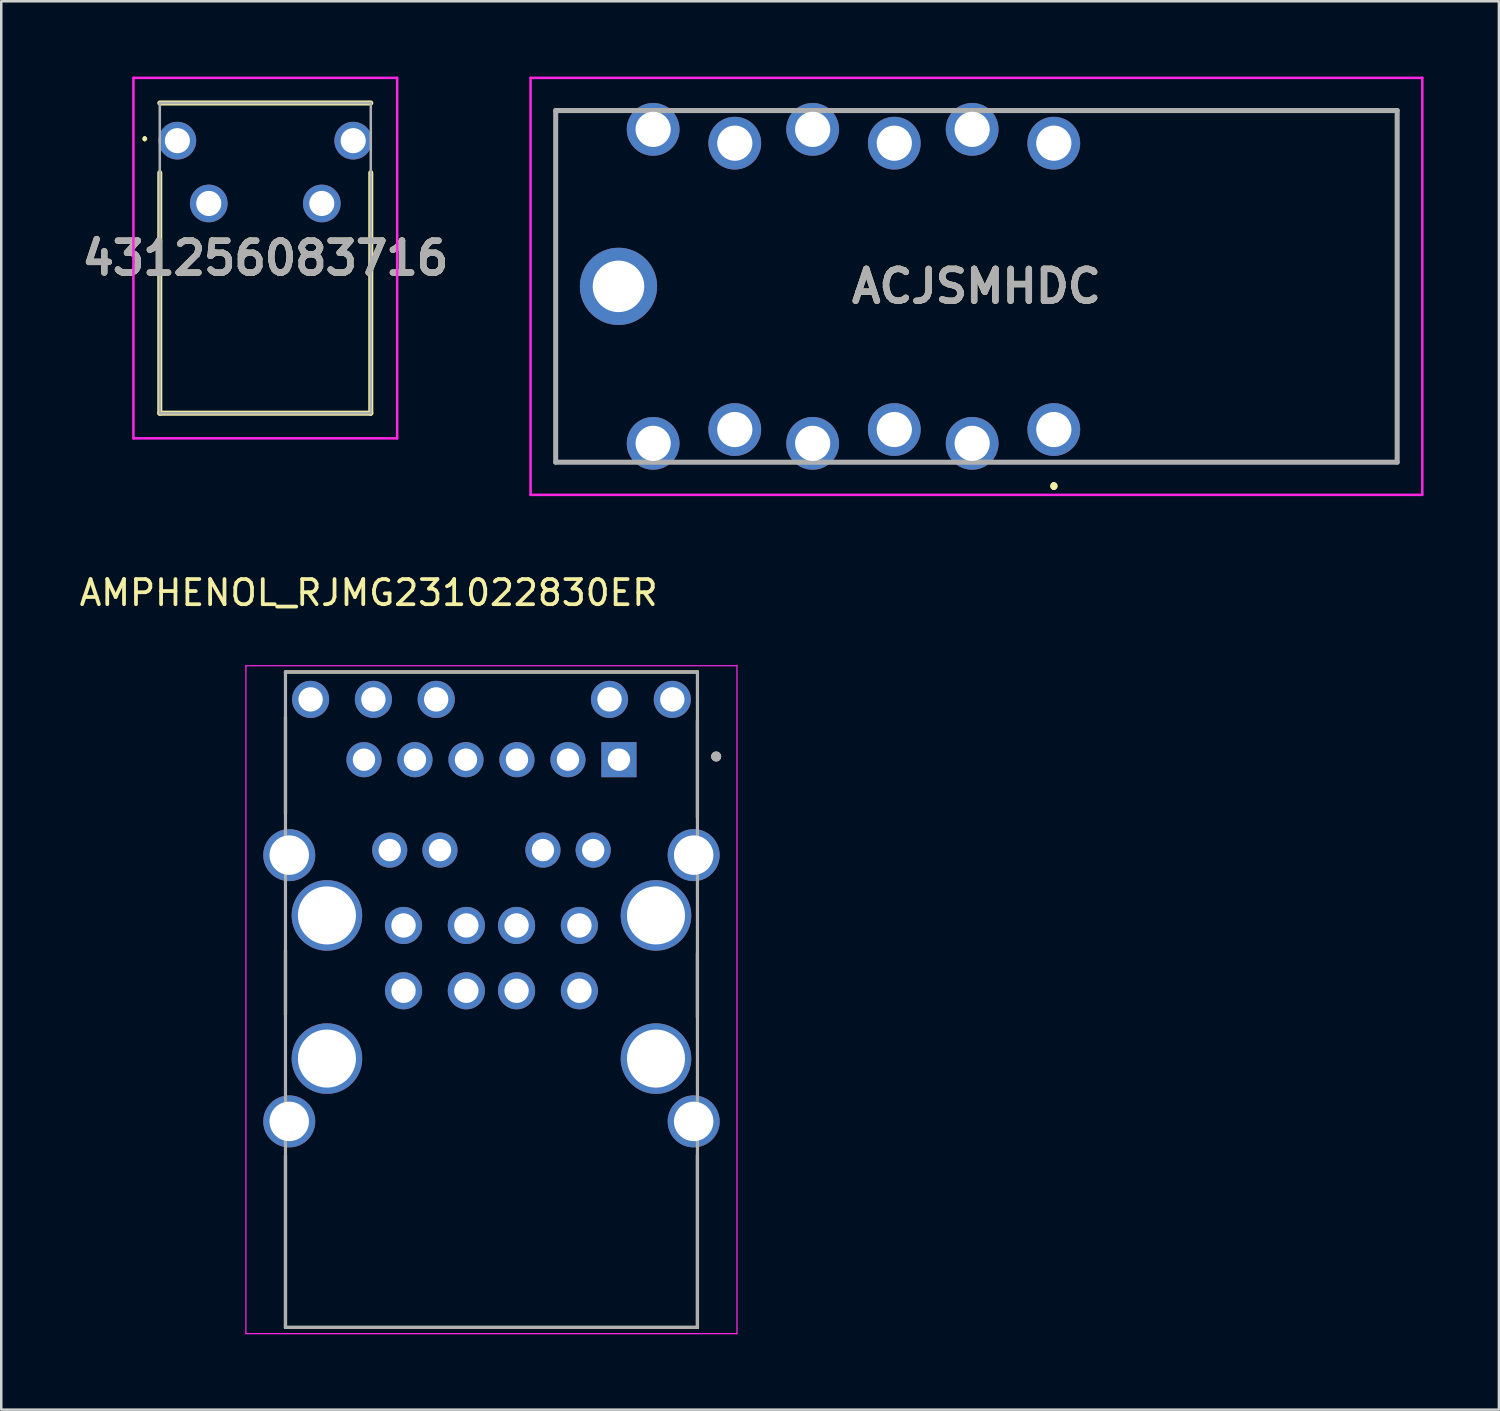
<source format=kicad_pcb>
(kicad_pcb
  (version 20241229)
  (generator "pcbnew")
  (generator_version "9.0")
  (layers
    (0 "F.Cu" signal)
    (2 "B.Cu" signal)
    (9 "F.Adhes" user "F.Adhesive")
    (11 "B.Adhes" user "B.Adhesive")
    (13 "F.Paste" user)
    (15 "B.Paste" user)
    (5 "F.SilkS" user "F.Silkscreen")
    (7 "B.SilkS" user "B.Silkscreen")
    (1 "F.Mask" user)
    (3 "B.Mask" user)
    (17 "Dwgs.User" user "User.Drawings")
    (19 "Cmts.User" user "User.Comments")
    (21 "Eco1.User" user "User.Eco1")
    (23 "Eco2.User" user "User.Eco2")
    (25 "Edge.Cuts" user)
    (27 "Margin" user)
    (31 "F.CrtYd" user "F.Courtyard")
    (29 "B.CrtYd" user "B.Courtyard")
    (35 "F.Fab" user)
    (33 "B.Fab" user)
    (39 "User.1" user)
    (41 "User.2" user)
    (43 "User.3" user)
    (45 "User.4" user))
  (footprint "AMPHENOL_RJMG231022830ER"
    (layer "F.Cu")
    (at 16.515 41.593)
    (property "Reference" "AMPHENOL_RJMG231022830ER" (at -4.89 -21.045 0) (layer "F.SilkS") (effects (font (size 1 1) (thickness 0.15))))
    (attr through_hole)
    (fp_line (start -8.2 -17.89) (end 8.2 -17.89) (stroke (width 0.127) (type solid)) (layer "F.SilkS"))
    (fp_line (start -8.2 -17.859) (end -8.2 -17.89) (stroke (width 0.127) (type solid)) (layer "F.SilkS"))
    (fp_line (start -8.2 -12.25) (end -8.2 -16.1) (stroke (width 0.127) (type solid)) (layer "F.SilkS"))
    (fp_line (start -8.2 -4.25) (end -8.2 -6.8) (stroke (width 0.127) (type solid)) (layer "F.SilkS"))
    (fp_line (start -8.2 8.2) (end -8.2 1.355) (stroke (width 0.127) (type solid)) (layer "F.SilkS"))
    (fp_line (start 8.2 -17.89) (end 8.2 -17.859) (stroke (width 0.127) (type solid)) (layer "F.SilkS"))
    (fp_line (start 8.2 -12.1) (end 8.2 -15.95) (stroke (width 0.127) (type solid)) (layer "F.SilkS"))
    (fp_line (start 8.2 -4.15) (end 8.2 -6.7) (stroke (width 0.127) (type solid)) (layer "F.SilkS"))
    (fp_line (start 8.2 8.2) (end -8.2 8.2) (stroke (width 0.127) (type solid)) (layer "F.SilkS"))
    (fp_line (start 8.2 8.2) (end 8.2 1.355) (stroke (width 0.127) (type solid)) (layer "F.SilkS"))
    (fp_circle (center 8.946 -14.527) (end 9.046 -14.527) (stroke (width 0.2) (type solid)) (fill no) (layer "F.SilkS"))
    (fp_line (start -9.775 -18.14) (end -9.775 8.45) (stroke (width 0.05) (type solid)) (layer "F.CrtYd"))
    (fp_line (start -9.775 8.45) (end 9.775 8.45) (stroke (width 0.05) (type solid)) (layer "F.CrtYd"))
    (fp_line (start 9.775 -18.14) (end -9.775 -18.14) (stroke (width 0.05) (type solid)) (layer "F.CrtYd"))
    (fp_line (start 9.775 8.45) (end 9.775 -18.14) (stroke (width 0.05) (type solid)) (layer "F.CrtYd"))
    (fp_line (start -8.2 -17.89) (end 8.2 -17.89) (stroke (width 0.127) (type solid)) (layer "F.Fab"))
    (fp_line (start -8.2 8.2) (end -8.2 -17.89) (stroke (width 0.127) (type solid)) (layer "F.Fab"))
    (fp_line (start 8.2 -17.89) (end 8.2 8.2) (stroke (width 0.127) (type solid)) (layer "F.Fab"))
    (fp_line (start 8.2 8.2) (end -8.2 8.2) (stroke (width 0.127) (type solid)) (layer "F.Fab"))
    (fp_circle (center 8.946 -14.527) (end 9.046 -14.527) (stroke (width 0.2) (type solid)) (fill no) (layer "F.Fab"))
    (pad "1" thru_hole rect (at 5.075 -14.4) (size 1.398 1.398) (drill 0.89) (layers "*.Cu" "*.Mask"))
    (pad "2" thru_hole circle (at 3.045 -14.4) (size 1.398 1.398) (drill 0.89) (layers "*.Cu" "*.Mask"))
    (pad "3" thru_hole circle (at 1.015 -14.4) (size 1.398 1.398) (drill 0.89) (layers "*.Cu" "*.Mask"))
    (pad "4" thru_hole circle (at -1.015 -14.4) (size 1.398 1.398) (drill 0.89) (layers "*.Cu" "*.Mask"))
    (pad "5" thru_hole circle (at -3.045 -14.4) (size 1.398 1.398) (drill 0.89) (layers "*.Cu" "*.Mask"))
    (pad "6" thru_hole circle (at -5.075 -14.4) (size 1.398 1.398) (drill 0.89) (layers "*.Cu" "*.Mask"))
    (pad "7" thru_hole circle (at 4.05 -10.8) (size 1.398 1.398) (drill 0.89) (layers "*.Cu" "*.Mask"))
    (pad "8" thru_hole circle (at 2.05 -10.8) (size 1.398 1.398) (drill 0.89) (layers "*.Cu" "*.Mask"))
    (pad "9" thru_hole circle (at -2.05 -10.8) (size 1.398 1.398) (drill 0.89) (layers "*.Cu" "*.Mask"))
    (pad "10" thru_hole circle (at -4.05 -10.8) (size 1.398 1.398) (drill 0.89) (layers "*.Cu" "*.Mask"))
    (pad "11" thru_hole circle (at 7.2 -16.8) (size 1.478 1.478) (drill 0.97) (layers "*.Cu" "*.Mask"))
    (pad "12" thru_hole circle (at 4.7 -16.8) (size 1.478 1.478) (drill 0.97) (layers "*.Cu" "*.Mask"))
    (pad "13" thru_hole circle (at -2.2 -16.8) (size 1.478 1.478) (drill 0.97) (layers "*.Cu" "*.Mask"))
    (pad "14" thru_hole circle (at -4.7 -16.8) (size 1.478 1.478) (drill 0.97) (layers "*.Cu" "*.Mask"))
    (pad "15" thru_hole circle (at -7.2 -16.8) (size 1.478 1.478) (drill 0.97) (layers "*.Cu" "*.Mask"))
    (pad "S1" thru_hole circle (at -6.55 -8.2) (size 2.81 2.81) (drill 2.31) (layers "*.Cu" "*.Mask"))
    (pad "S2" thru_hole circle (at 6.55 -8.2) (size 2.81 2.81) (drill 2.31) (layers "*.Cu" "*.Mask"))
    (pad "S3" thru_hole circle (at 6.55 -2.5) (size 2.81 2.81) (drill 2.31) (layers "*.Cu" "*.Mask"))
    (pad "S4" thru_hole circle (at -6.55 -2.5) (size 2.81 2.81) (drill 2.31) (layers "*.Cu" "*.Mask"))
    (pad "S5" thru_hole circle (at -8.05 -10.6) (size 2.07 2.07) (drill 1.57) (layers "*.Cu" "*.Mask"))
    (pad "S6" thru_hole circle (at 8.05 -10.6) (size 2.07 2.07) (drill 1.57) (layers "*.Cu" "*.Mask"))
    (pad "S7" thru_hole circle (at 8.05 0) (size 2.07 2.07) (drill 1.57) (layers "*.Cu" "*.Mask"))
    (pad "S8" thru_hole circle (at -8.05 0) (size 2.07 2.07) (drill 1.57) (layers "*.Cu" "*.Mask"))
    (pad "U11" thru_hole circle (at 3.5 -5.2) (size 1.478 1.478) (drill 0.97) (layers "*.Cu" "*.Mask"))
    (pad "U12" thru_hole circle (at 1 -5.2) (size 1.478 1.478) (drill 0.97) (layers "*.Cu" "*.Mask"))
    (pad "U13" thru_hole circle (at -1 -5.2) (size 1.478 1.478) (drill 0.97) (layers "*.Cu" "*.Mask"))
    (pad "U14" thru_hole circle (at -3.5 -5.2) (size 1.478 1.478) (drill 0.97) (layers "*.Cu" "*.Mask"))
    (pad "U21" thru_hole circle (at 3.5 -7.8) (size 1.478 1.478) (drill 0.97) (layers "*.Cu" "*.Mask"))
    (pad "U22" thru_hole circle (at 1 -7.8) (size 1.478 1.478) (drill 0.97) (layers "*.Cu" "*.Mask"))
    (pad "U23" thru_hole circle (at -1 -7.8) (size 1.478 1.478) (drill 0.97) (layers "*.Cu" "*.Mask"))
    (pad "U24" thru_hole circle (at -3.5 -7.8) (size 1.478 1.478) (drill 0.97) (layers "*.Cu" "*.Mask")))
  (footprint "ACJSMHDC"
    (layer "F.Cu")
    (at 38.902 14.05)
    (property "Reference" "ACJSMHDC" (at -3.08 -5.7 0) (layer "F.SilkS") (effects (font (size 1.27 1.27) (thickness 0.254))))
    (attr through_hole)
    (fp_line (start -19.83 -12.7) (end -19.83 -12.7) (stroke (width 0.1) (type solid)) (layer "F.SilkS"))
    (fp_line (start -19.83 -12.7) (end -19.83 -12.7) (stroke (width 0.1) (type solid)) (layer "F.SilkS"))
    (fp_line (start -19.83 -12.7) (end -19.83 1.3) (stroke (width 0.1) (type solid)) (layer "F.SilkS"))
    (fp_line (start -19.83 -12.7) (end -17.6 -12.7) (stroke (width 0.1) (type solid)) (layer "F.SilkS"))
    (fp_line (start -19.83 1.3) (end -19.83 -12.7) (stroke (width 0.1) (type solid)) (layer "F.SilkS"))
    (fp_line (start -19.83 1.3) (end -19.83 1.3) (stroke (width 0.1) (type solid)) (layer "F.SilkS"))
    (fp_line (start -19.83 1.3) (end -19.83 1.3) (stroke (width 0.1) (type solid)) (layer "F.SilkS"))
    (fp_line (start -19.83 1.3) (end -17.6 1.3) (stroke (width 0.1) (type solid)) (layer "F.SilkS"))
    (fp_line (start -17.6 -12.7) (end -19.83 -12.7) (stroke (width 0.1) (type solid)) (layer "F.SilkS"))
    (fp_line (start -17.6 -12.7) (end -17.6 -12.7) (stroke (width 0.1) (type solid)) (layer "F.SilkS"))
    (fp_line (start -17.6 1.3) (end -19.83 1.3) (stroke (width 0.1) (type solid)) (layer "F.SilkS"))
    (fp_line (start -17.6 1.3) (end -17.6 1.3) (stroke (width 0.1) (type solid)) (layer "F.SilkS"))
    (fp_line (start -14.35 -12.7) (end -14.35 -12.7) (stroke (width 0.1) (type solid)) (layer "F.SilkS"))
    (fp_line (start -14.35 -12.7) (end -11.1 -12.7) (stroke (width 0.1) (type solid)) (layer "F.SilkS"))
    (fp_line (start -14.35 1.3) (end -14.35 1.3) (stroke (width 0.1) (type solid)) (layer "F.SilkS"))
    (fp_line (start -14.35 1.3) (end -11.1 1.3) (stroke (width 0.1) (type solid)) (layer "F.SilkS"))
    (fp_line (start -11.1 -12.7) (end -14.35 -12.7) (stroke (width 0.1) (type solid)) (layer "F.SilkS"))
    (fp_line (start -11.1 -12.7) (end -11.1 -12.7) (stroke (width 0.1) (type solid)) (layer "F.SilkS"))
    (fp_line (start -11.1 1.3) (end -14.35 1.3) (stroke (width 0.1) (type solid)) (layer "F.SilkS"))
    (fp_line (start -11.1 1.3) (end -11.1 1.3) (stroke (width 0.1) (type solid)) (layer "F.SilkS"))
    (fp_line (start -7.85 -12.7) (end -7.85 -12.7) (stroke (width 0.1) (type solid)) (layer "F.SilkS"))
    (fp_line (start -7.85 -12.7) (end -4.85 -12.7) (stroke (width 0.1) (type solid)) (layer "F.SilkS"))
    (fp_line (start -7.85 1.3) (end -7.85 1.3) (stroke (width 0.1) (type solid)) (layer "F.SilkS"))
    (fp_line (start -7.85 1.3) (end -4.85 1.3) (stroke (width 0.1) (type solid)) (layer "F.SilkS"))
    (fp_line (start -4.85 -12.7) (end -7.85 -12.7) (stroke (width 0.1) (type solid)) (layer "F.SilkS"))
    (fp_line (start -4.85 -12.7) (end -4.85 -12.7) (stroke (width 0.1) (type solid)) (layer "F.SilkS"))
    (fp_line (start -4.85 1.3) (end -7.85 1.3) (stroke (width 0.1) (type solid)) (layer "F.SilkS"))
    (fp_line (start -4.85 1.3) (end -4.85 1.3) (stroke (width 0.1) (type solid)) (layer "F.SilkS"))
    (fp_line (start -1.35 -12.7) (end -1.35 -12.7) (stroke (width 0.1) (type solid)) (layer "F.SilkS"))
    (fp_line (start -1.35 -12.7) (end 13.67 -12.7) (stroke (width 0.1) (type solid)) (layer "F.SilkS"))
    (fp_line (start -1.35 1.3) (end -1.35 1.3) (stroke (width 0.1) (type solid)) (layer "F.SilkS"))
    (fp_line (start -1.35 1.3) (end 1.65 1.3) (stroke (width 0.1) (type solid)) (layer "F.SilkS"))
    (fp_line (start 0 2.2) (end 0 2.2) (stroke (width 0.2) (type solid)) (layer "F.SilkS"))
    (fp_line (start 0 2.3) (end 0 2.3) (stroke (width 0.2) (type solid)) (layer "F.SilkS"))
    (fp_line (start 0 2.3) (end 0 2.3) (stroke (width 0.2) (type solid)) (layer "F.SilkS"))
    (fp_line (start 1.65 1.3) (end -1.35 1.3) (stroke (width 0.1) (type solid)) (layer "F.SilkS"))
    (fp_line (start 1.65 1.3) (end 1.65 1.3) (stroke (width 0.1) (type solid)) (layer "F.SilkS"))
    (fp_line (start 1.65 1.3) (end 1.65 1.3) (stroke (width 0.1) (type solid)) (layer "F.SilkS"))
    (fp_line (start 1.65 1.3) (end 13.67 1.3) (stroke (width 0.1) (type solid)) (layer "F.SilkS"))
    (fp_line (start 13.67 -12.7) (end -1.35 -12.7) (stroke (width 0.1) (type solid)) (layer "F.SilkS"))
    (fp_line (start 13.67 -12.7) (end 13.67 -12.7) (stroke (width 0.1) (type solid)) (layer "F.SilkS"))
    (fp_line (start 13.67 -12.7) (end 13.67 -12.7) (stroke (width 0.1) (type solid)) (layer "F.SilkS"))
    (fp_line (start 13.67 -12.7) (end 13.67 1.3) (stroke (width 0.1) (type solid)) (layer "F.SilkS"))
    (fp_line (start 13.67 1.3) (end 1.65 1.3) (stroke (width 0.1) (type solid)) (layer "F.SilkS"))
    (fp_line (start 13.67 1.3) (end 13.67 -12.7) (stroke (width 0.1) (type solid)) (layer "F.SilkS"))
    (fp_line (start 13.67 1.3) (end 13.67 1.3) (stroke (width 0.1) (type solid)) (layer "F.SilkS"))
    (fp_line (start 13.67 1.3) (end 13.67 1.3) (stroke (width 0.1) (type solid)) (layer "F.SilkS"))
    (fp_arc (start 0 2.2) (mid 0.05 2.25) (end 0 2.3) (stroke (width 0.2) (type solid)) (layer "F.SilkS"))
    (fp_arc (start 0 2.2) (mid 0.05 2.25) (end 0 2.3) (stroke (width 0.2) (type solid)) (layer "F.SilkS"))
    (fp_arc (start 0 2.3) (mid -0.05 2.25) (end 0 2.2) (stroke (width 0.2) (type solid)) (layer "F.SilkS"))
    (fp_line (start -20.83 -14) (end 14.67 -14) (stroke (width 0.1) (type solid)) (layer "F.CrtYd"))
    (fp_line (start -20.83 2.6) (end -20.83 -14) (stroke (width 0.1) (type solid)) (layer "F.CrtYd"))
    (fp_line (start 14.67 -14) (end 14.67 2.6) (stroke (width 0.1) (type solid)) (layer "F.CrtYd"))
    (fp_line (start 14.67 2.6) (end -20.83 2.6) (stroke (width 0.1) (type solid)) (layer "F.CrtYd"))
    (fp_line (start -19.83 -12.7) (end -19.83 1.3) (stroke (width 0.2) (type solid)) (layer "F.Fab"))
    (fp_line (start -19.83 1.3) (end 13.67 1.3) (stroke (width 0.2) (type solid)) (layer "F.Fab"))
    (fp_line (start 13.67 -12.7) (end -19.83 -12.7) (stroke (width 0.2) (type solid)) (layer "F.Fab"))
    (fp_line (start 13.67 1.3) (end 13.67 -12.7) (stroke (width 0.2) (type solid)) (layer "F.Fab"))
    (fp_text user "${REFERENCE}" (at -3.08 -5.7 0) (layer "F.Fab") (effects (font (size 1.27 1.27) (thickness 0.254))))
    (pad "1" thru_hole circle (at 0 0) (size 2.1 2.1) (drill 1.4) (layers "*.Cu" "*.Mask"))
    (pad "2" thru_hole circle (at -6.35 0) (size 2.1 2.1) (drill 1.4) (layers "*.Cu" "*.Mask"))
    (pad "3" thru_hole circle (at -12.7 0) (size 2.1 2.1) (drill 1.4) (layers "*.Cu" "*.Mask"))
    (pad "4" thru_hole circle (at 0 -11.4) (size 2.1 2.1) (drill 1.4) (layers "*.Cu" "*.Mask"))
    (pad "5" thru_hole circle (at -6.35 -11.4) (size 2.1 2.1) (drill 1.4) (layers "*.Cu" "*.Mask"))
    (pad "6" thru_hole circle (at -12.7 -11.4) (size 2.1 2.1) (drill 1.4) (layers "*.Cu" "*.Mask"))
    (pad "7" thru_hole circle (at -3.25 0.55) (size 2.1 2.1) (drill 1.4) (layers "*.Cu" "*.Mask"))
    (pad "8" thru_hole circle (at -9.6 0.55) (size 2.1 2.1) (drill 1.4) (layers "*.Cu" "*.Mask"))
    (pad "9" thru_hole circle (at -15.95 0.55) (size 2.1 2.1) (drill 1.4) (layers "*.Cu" "*.Mask"))
    (pad "10" thru_hole circle (at -3.25 -11.95) (size 2.1 2.1) (drill 1.4) (layers "*.Cu" "*.Mask"))
    (pad "11" thru_hole circle (at -9.6 -11.95) (size 2.1 2.1) (drill 1.4) (layers "*.Cu" "*.Mask"))
    (pad "12" thru_hole circle (at -15.95 -11.95) (size 2.1 2.1) (drill 1.4) (layers "*.Cu" "*.Mask"))
    (pad "13" thru_hole circle (at -17.33 -5.7) (size 3.075 3.075) (drill 2.05) (layers "*.Cu" "*.Mask")))
  (footprint "431256083716"
    (layer "F.Cu")
    (at 4.011 2.55)
    (property "Reference" "431256083716" (at 3.5 4.675 0) (layer "F.SilkS") (effects (font (size 1.27 1.27) (thickness 0.254))))
    (attr through_hole)
    (fp_line (start -1.3 -0.125) (end -1.3 -0.125) (stroke (width 0.1) (type solid)) (layer "F.SilkS"))
    (fp_line (start -1.3 -0.025) (end -1.3 -0.025) (stroke (width 0.1) (type solid)) (layer "F.SilkS"))
    (fp_line (start -0.7 -1.5) (end 7.7 -1.5) (stroke (width 0.2) (type solid)) (layer "F.SilkS"))
    (fp_line (start -0.7 1.275) (end -0.7 10.85) (stroke (width 0.2) (type solid)) (layer "F.SilkS"))
    (fp_line (start -0.7 10.85) (end 7.7 10.85) (stroke (width 0.2) (type solid)) (layer "F.SilkS"))
    (fp_line (start 7.7 10.85) (end 7.7 1.275) (stroke (width 0.2) (type solid)) (layer "F.SilkS"))
    (fp_arc (start -1.3 -0.125) (mid -1.25 -0.075) (end -1.3 -0.025) (stroke (width 0.1) (type solid)) (layer "F.SilkS"))
    (fp_arc (start -1.3 -0.025) (mid -1.35 -0.075) (end -1.3 -0.125) (stroke (width 0.1) (type solid)) (layer "F.SilkS"))
    (fp_line (start -1.75 -2.5) (end 8.75 -2.5) (stroke (width 0.1) (type solid)) (layer "F.CrtYd"))
    (fp_line (start -1.75 11.85) (end -1.75 -2.5) (stroke (width 0.1) (type solid)) (layer "F.CrtYd"))
    (fp_line (start 8.75 -2.5) (end 8.75 11.85) (stroke (width 0.1) (type solid)) (layer "F.CrtYd"))
    (fp_line (start 8.75 11.85) (end -1.75 11.85) (stroke (width 0.1) (type solid)) (layer "F.CrtYd"))
    (fp_line (start -0.7 -1.5) (end 7.7 -1.5) (stroke (width 0.1) (type solid)) (layer "F.Fab"))
    (fp_line (start -0.7 10.85) (end -0.7 -1.5) (stroke (width 0.1) (type solid)) (layer "F.Fab"))
    (fp_line (start 7.7 -1.5) (end 7.7 10.85) (stroke (width 0.1) (type solid)) (layer "F.Fab"))
    (fp_line (start 7.7 10.85) (end -0.7 10.85) (stroke (width 0.1) (type solid)) (layer "F.Fab"))
    (fp_text user "${REFERENCE}" (at 3.5 4.675 0) (layer "F.Fab") (effects (font (size 1.27 1.27) (thickness 0.254))))
    (pad "1" thru_hole circle (at 0 0) (size 1.5 1.5) (drill 1) (layers "*.Cu" "*.Mask"))
    (pad "2" thru_hole circle (at 1.25 2.5) (size 1.5 1.5) (drill 1) (layers "*.Cu" "*.Mask"))
    (pad "3" thru_hole circle (at 5.75 2.5) (size 1.5 1.5) (drill 1) (layers "*.Cu" "*.Mask"))
    (pad "4" thru_hole circle (at 7 0) (size 1.5 1.5) (drill 1) (layers "*.Cu" "*.Mask")))
  (gr_rect
    (start -3 -3)
    (end 56.622 53.068)
    (stroke (width 0.1) (type default))
    (fill no)
    (layer "Edge.Cuts")))
</source>
